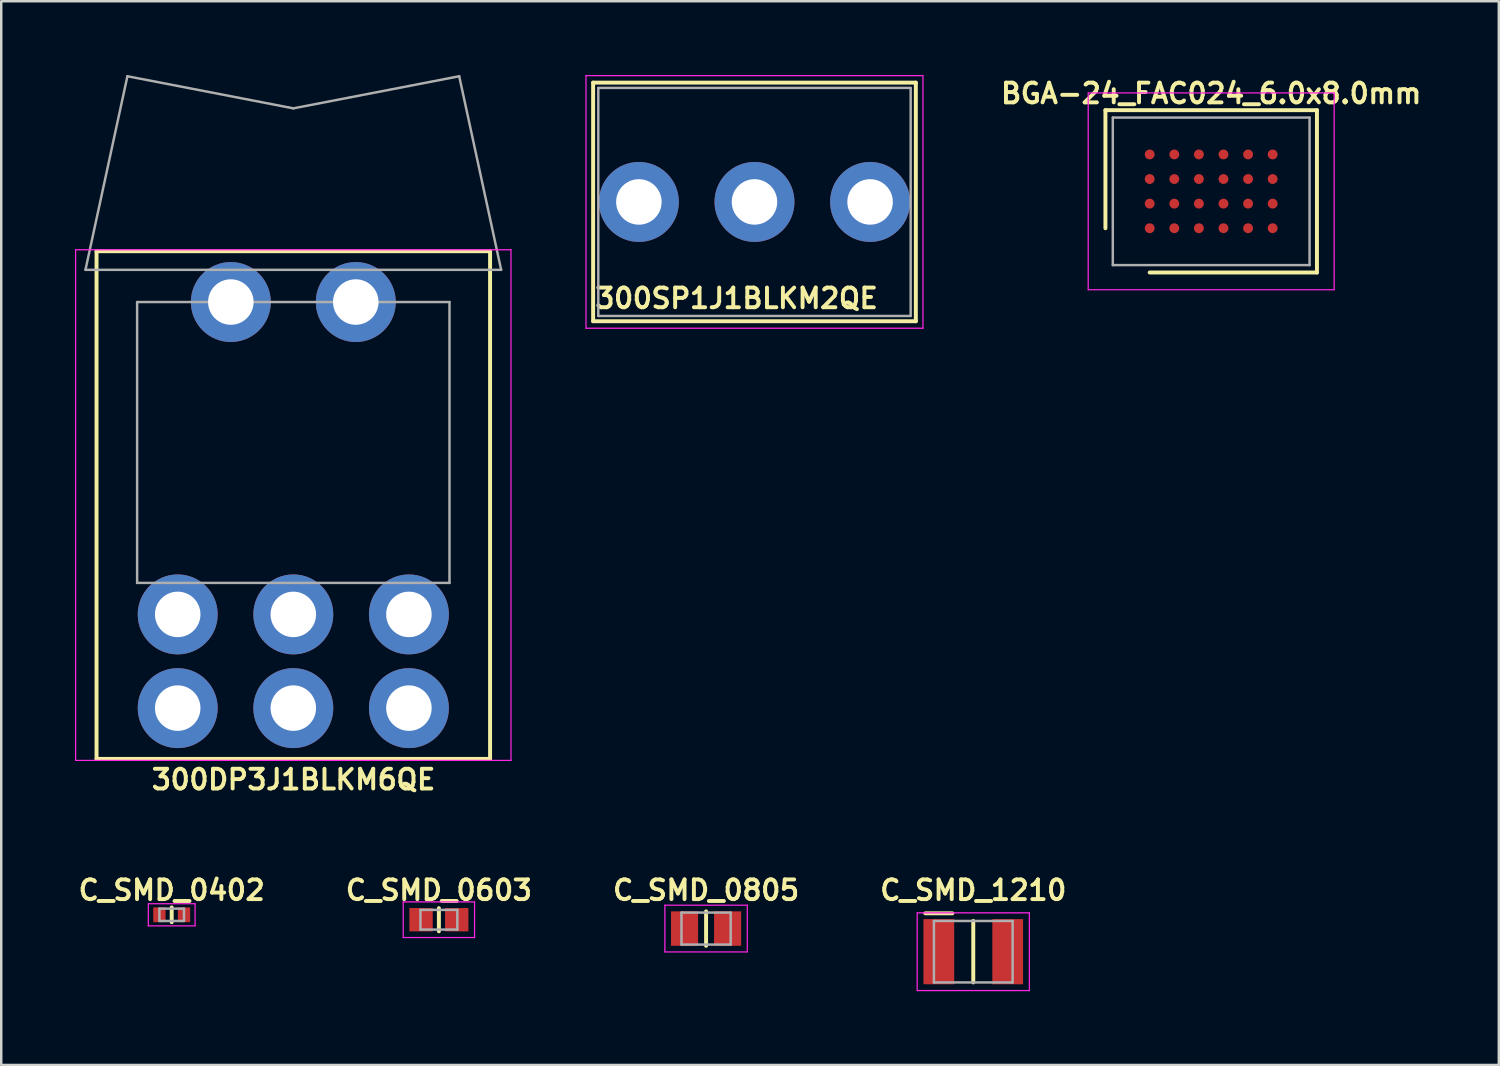
<source format=kicad_pcb>
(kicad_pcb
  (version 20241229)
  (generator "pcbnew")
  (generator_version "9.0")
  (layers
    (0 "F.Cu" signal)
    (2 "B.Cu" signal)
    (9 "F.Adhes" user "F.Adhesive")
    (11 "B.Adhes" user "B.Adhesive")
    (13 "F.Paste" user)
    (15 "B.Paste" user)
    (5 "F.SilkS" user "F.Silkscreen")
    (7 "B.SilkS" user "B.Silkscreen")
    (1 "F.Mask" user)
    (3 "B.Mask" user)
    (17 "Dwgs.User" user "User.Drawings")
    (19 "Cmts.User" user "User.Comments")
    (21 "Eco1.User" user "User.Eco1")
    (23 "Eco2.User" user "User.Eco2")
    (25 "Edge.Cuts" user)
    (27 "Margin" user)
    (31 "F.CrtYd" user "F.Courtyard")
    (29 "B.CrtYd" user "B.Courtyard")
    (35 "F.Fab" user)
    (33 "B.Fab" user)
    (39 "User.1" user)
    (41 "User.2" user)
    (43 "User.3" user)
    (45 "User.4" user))
  (footprint "C_SMD_0805"
    (layer "F.Cu")
    (at 25.657 34.703)
    (property "Reference" "C_SMD_0805" (at 0 -1.56 0) (layer "F.SilkS") (effects (font (size 0.8 0.8) (thickness 0.16))))
    (attr through_hole)
    (fp_line (start 0 -0.7) (end 0 0.7) (stroke (width 0.16) (type solid)) (layer "F.SilkS"))
    (fp_line (start -1.675 0.95) (end -1.675 -0.95) (stroke (width 0.05) (type solid)) (layer "F.CrtYd"))
    (fp_line (start -1.675 0.95) (end 1.675 0.95) (stroke (width 0.05) (type solid)) (layer "F.CrtYd"))
    (fp_line (start 1.675 -0.95) (end -1.675 -0.95) (stroke (width 0.05) (type solid)) (layer "F.CrtYd"))
    (fp_line (start 1.675 -0.95) (end 1.675 0.95) (stroke (width 0.05) (type solid)) (layer "F.CrtYd"))
    (fp_line (start -1 -0.65) (end -1 0.65) (stroke (width 0.1) (type solid)) (layer "F.Fab"))
    (fp_line (start -1 0.65) (end 1 0.65) (stroke (width 0.1) (type solid)) (layer "F.Fab"))
    (fp_line (start 1 -0.65) (end -1 -0.65) (stroke (width 0.1) (type solid)) (layer "F.Fab"))
    (fp_line (start 1 0.65) (end 1 -0.65) (stroke (width 0.1) (type solid)) (layer "F.Fab"))
    (pad "1" smd rect (at -0.875 0) (size 1.1 1.4) (layers "F.Cu" "F.Mask" "F.Paste"))
    (pad "2" smd rect (at 0.875 0) (size 1.1 1.4) (layers "F.Cu" "F.Mask" "F.Paste")))
  (footprint "C_SMD_1210"
    (layer "F.Cu")
    (at 36.52 35.643)
    (property "Reference" "C_SMD_1210" (at 0 -2.5 0) (layer "F.SilkS") (effects (font (size 0.8 0.8) (thickness 0.16))))
    (attr smd)
    (fp_line (start -0.85 -1.56) (end -1.95 -1.56) (stroke (width 0.16) (type solid)) (layer "F.SilkS"))
    (fp_line (start 0 1.25) (end 0 -1.25) (stroke (width 0.16) (type solid)) (layer "F.SilkS"))
    (fp_line (start -2.28 -1.58) (end 2.28 -1.58) (stroke (width 0.05) (type solid)) (layer "F.CrtYd"))
    (fp_line (start -2.28 1.58) (end -2.28 -1.58) (stroke (width 0.05) (type solid)) (layer "F.CrtYd"))
    (fp_line (start 2.28 -1.58) (end 2.28 1.58) (stroke (width 0.05) (type solid)) (layer "F.CrtYd"))
    (fp_line (start 2.28 1.58) (end -2.28 1.58) (stroke (width 0.05) (type solid)) (layer "F.CrtYd"))
    (fp_line (start -1.6 -1.25) (end 1.6 -1.25) (stroke (width 0.1) (type solid)) (layer "F.Fab"))
    (fp_line (start -1.6 1.25) (end -1.6 -1.25) (stroke (width 0.1) (type solid)) (layer "F.Fab"))
    (fp_line (start 1.6 -1.25) (end 1.6 1.25) (stroke (width 0.1) (type solid)) (layer "F.Fab"))
    (fp_line (start 1.6 1.25) (end -1.6 1.25) (stroke (width 0.1) (type solid)) (layer "F.Fab"))
    (pad "1" smd rect (at -1.4 0) (size 1.25 2.65) (layers "F.Cu" "F.Mask" "F.Paste"))
    (pad "2" smd rect (at 1.4 0) (size 1.25 2.65) (layers "F.Cu" "F.Mask" "F.Paste")))
  (footprint "300SP1J1BLKM2QE"
    (layer "F.Cu")
    (at 27.625 5.16)
    (property "Reference" "300SP1J1BLKM2QE" (at -0.73 3.92 0) (layer "F.SilkS") (effects (font (size 0.8 0.8) (thickness 0.16))))
    (attr through_hole)
    (fp_line (start -6.56 4.85) (end -6.56 -4.85) (stroke (width 0.16) (type solid)) (layer "F.SilkS"))
    (fp_line (start -6.56 4.85) (end 6.56 4.85) (stroke (width 0.16) (type solid)) (layer "F.SilkS"))
    (fp_line (start 6.56 -4.85) (end -6.56 -4.85) (stroke (width 0.16) (type solid)) (layer "F.SilkS"))
    (fp_line (start 6.56 -4.85) (end 6.56 4.85) (stroke (width 0.16) (type solid)) (layer "F.SilkS"))
    (fp_line (start -6.85 -5.135) (end -6.85 5.135) (stroke (width 0.05) (type solid)) (layer "F.CrtYd"))
    (fp_line (start -6.85 -5.135) (end 6.85 -5.135) (stroke (width 0.05) (type solid)) (layer "F.CrtYd"))
    (fp_line (start 6.85 5.135) (end -6.85 5.135) (stroke (width 0.05) (type solid)) (layer "F.CrtYd"))
    (fp_line (start 6.85 5.135) (end 6.85 -5.135) (stroke (width 0.05) (type solid)) (layer "F.CrtYd"))
    (fp_line (start -6.35 -4.635) (end 6.35 -4.635) (stroke (width 0.1) (type solid)) (layer "F.Fab"))
    (fp_line (start -6.35 4.635) (end -6.35 -4.635) (stroke (width 0.1) (type solid)) (layer "F.Fab"))
    (fp_line (start 6.35 -4.635) (end 6.35 4.635) (stroke (width 0.1) (type solid)) (layer "F.Fab"))
    (fp_line (start 6.35 4.635) (end -6.35 4.635) (stroke (width 0.1) (type solid)) (layer "F.Fab"))
    (pad "1" thru_hole circle (at -4.7 0) (size 3.25 3.25) (drill 1.85) (layers "*.Cu" "*.Mask"))
    (pad "2" thru_hole circle (at 0 0) (size 3.25 3.25) (drill 1.85) (layers "*.Cu" "*.Mask"))
    (pad "3" thru_hole circle (at 4.7 0) (size 3.25 3.25) (drill 1.85) (layers "*.Cu" "*.Mask")))
  (footprint "C_SMD_0402"
    (layer "F.Cu")
    (at 3.931 34.143)
    (property "Reference" "C_SMD_0402" (at 0 -1 0) (layer "F.SilkS") (effects (font (size 0.8 0.8) (thickness 0.16))))
    (attr through_hole)
    (fp_line (start 0 -0.3) (end 0 0.3) (stroke (width 0.16) (type solid)) (layer "F.SilkS"))
    (fp_line (start -0.95 -0.45) (end 0.95 -0.45) (stroke (width 0.05) (type solid)) (layer "F.CrtYd"))
    (fp_line (start -0.95 0.45) (end -0.95 -0.45) (stroke (width 0.05) (type solid)) (layer "F.CrtYd"))
    (fp_line (start -0.95 0.45) (end 0.95 0.45) (stroke (width 0.05) (type solid)) (layer "F.CrtYd"))
    (fp_line (start 0.95 0.45) (end 0.95 -0.45) (stroke (width 0.05) (type solid)) (layer "F.CrtYd"))
    (fp_line (start -0.5 -0.25) (end 0.5 -0.25) (stroke (width 0.1) (type solid)) (layer "F.Fab"))
    (fp_line (start -0.5 0.25) (end -0.5 -0.25) (stroke (width 0.1) (type solid)) (layer "F.Fab"))
    (fp_line (start -0.5 0.25) (end 0.5 0.25) (stroke (width 0.1) (type solid)) (layer "F.Fab"))
    (fp_line (start 0.5 0.25) (end 0.5 -0.25) (stroke (width 0.1) (type solid)) (layer "F.Fab"))
    (pad "1" smd rect (at -0.5 0) (size 0.5 0.6) (layers "F.Cu" "F.Mask" "F.Paste"))
    (pad "2" smd rect (at 0.5 0) (size 0.5 0.6) (layers "F.Cu" "F.Mask" "F.Paste")))
  (footprint "C_SMD_0603"
    (layer "F.Cu")
    (at 14.794 34.343)
    (property "Reference" "C_SMD_0603" (at 0 -1.2 0) (layer "F.SilkS") (effects (font (size 0.8 0.8) (thickness 0.16))))
    (attr through_hole)
    (fp_line (start 0 -0.47) (end 0 0.47) (stroke (width 0.16) (type solid)) (layer "F.SilkS"))
    (fp_line (start -1.45 -0.725) (end -1.45 0.725) (stroke (width 0.05) (type solid)) (layer "F.CrtYd"))
    (fp_line (start -1.45 -0.725) (end 1.45 -0.725) (stroke (width 0.05) (type solid)) (layer "F.CrtYd"))
    (fp_line (start 1.45 0.725) (end -1.45 0.725) (stroke (width 0.05) (type solid)) (layer "F.CrtYd"))
    (fp_line (start 1.45 0.725) (end 1.45 -0.725) (stroke (width 0.05) (type solid)) (layer "F.CrtYd"))
    (fp_line (start -0.75 -0.4) (end -0.75 0.4) (stroke (width 0.1) (type solid)) (layer "F.Fab"))
    (fp_line (start -0.75 0.4) (end 0.75 0.4) (stroke (width 0.1) (type solid)) (layer "F.Fab"))
    (fp_line (start 0.75 -0.4) (end -0.75 -0.4) (stroke (width 0.1) (type solid)) (layer "F.Fab"))
    (fp_line (start 0.75 0.4) (end 0.75 -0.4) (stroke (width 0.1) (type solid)) (layer "F.Fab"))
    (pad "1" smd rect (at -0.725 0) (size 0.95 0.95) (layers "F.Cu" "F.Mask" "F.Paste"))
    (pad "2" smd rect (at 0.725 0) (size 0.95 0.95) (layers "F.Cu" "F.Mask" "F.Paste")))
  (footprint "BGA-24_FAC024_6.0x8.0mm"
    (layer "F.Cu")
    (at 46.193 4.729)
    (property "Reference" "BGA-24_FAC024_6.0x8.0mm" (at 0 -3.98 0) (layer "F.SilkS") (effects (font (size 0.8 0.8) (thickness 0.16))))
    (attr through_hole)
    (fp_line (start -4.3 -3.3) (end -4.3 1.5) (stroke (width 0.16) (type solid)) (layer "F.SilkS"))
    (fp_line (start -2.5 3.3) (end 4.3 3.3) (stroke (width 0.16) (type solid)) (layer "F.SilkS"))
    (fp_line (start 4.3 -3.3) (end -4.3 -3.3) (stroke (width 0.16) (type solid)) (layer "F.SilkS"))
    (fp_line (start 4.3 3.3) (end 4.3 -3.3) (stroke (width 0.16) (type solid)) (layer "F.SilkS"))
    (fp_line (start -5 -4) (end 5 -4) (stroke (width 0.05) (type solid)) (layer "F.CrtYd"))
    (fp_line (start -5 4) (end -5 -4) (stroke (width 0.05) (type solid)) (layer "F.CrtYd"))
    (fp_line (start 5 -4) (end 5 4) (stroke (width 0.05) (type solid)) (layer "F.CrtYd"))
    (fp_line (start 5 4) (end -5 4) (stroke (width 0.05) (type solid)) (layer "F.CrtYd"))
    (fp_line (start -4 -3) (end 4 -3) (stroke (width 0.1) (type solid)) (layer "F.Fab"))
    (fp_line (start -4 3) (end -4 -3) (stroke (width 0.1) (type solid)) (layer "F.Fab"))
    (fp_line (start 4 -3) (end 4 3) (stroke (width 0.1) (type solid)) (layer "F.Fab"))
    (fp_line (start 4 3) (end -4 3) (stroke (width 0.1) (type solid)) (layer "F.Fab"))
    (pad "A1" smd circle (at -2.5 1.5 180) (size 0.4 0.4) (layers "F.Cu" "F.Mask" "F.Paste"))
    (pad "A2" smd circle (at -2.5 0.5 180) (size 0.4 0.4) (layers "F.Cu" "F.Mask" "F.Paste"))
    (pad "A3" smd circle (at -2.5 -0.5 180) (size 0.4 0.4) (layers "F.Cu" "F.Mask" "F.Paste"))
    (pad "A4" smd circle (at -2.5 -1.5 180) (size 0.4 0.4) (layers "F.Cu" "F.Mask" "F.Paste"))
    (pad "B1" smd circle (at -1.5 1.5 180) (size 0.4 0.4) (layers "F.Cu" "F.Mask" "F.Paste"))
    (pad "B2" smd circle (at -1.5 0.5 180) (size 0.4 0.4) (layers "F.Cu" "F.Mask" "F.Paste"))
    (pad "B3" smd circle (at -1.5 -0.5 180) (size 0.4 0.4) (layers "F.Cu" "F.Mask" "F.Paste"))
    (pad "B4" smd circle (at -1.5 -1.5 180) (size 0.4 0.4) (layers "F.Cu" "F.Mask" "F.Paste"))
    (pad "C1" smd circle (at -0.5 1.5 180) (size 0.4 0.4) (layers "F.Cu" "F.Mask" "F.Paste"))
    (pad "C2" smd circle (at -0.5 0.5 180) (size 0.4 0.4) (layers "F.Cu" "F.Mask" "F.Paste"))
    (pad "C3" smd circle (at -0.5 -0.5 180) (size 0.4 0.4) (layers "F.Cu" "F.Mask" "F.Paste"))
    (pad "C4" smd circle (at -0.5 -1.5 180) (size 0.4 0.4) (layers "F.Cu" "F.Mask" "F.Paste"))
    (pad "D1" smd circle (at 0.5 1.5 180) (size 0.4 0.4) (layers "F.Cu" "F.Mask" "F.Paste"))
    (pad "D2" smd circle (at 0.5 0.5 180) (size 0.4 0.4) (layers "F.Cu" "F.Mask" "F.Paste"))
    (pad "D3" smd circle (at 0.5 -0.5 180) (size 0.4 0.4) (layers "F.Cu" "F.Mask" "F.Paste"))
    (pad "D4" smd circle (at 0.5 -1.5 180) (size 0.4 0.4) (layers "F.Cu" "F.Mask" "F.Paste"))
    (pad "E1" smd circle (at 1.5 1.5 180) (size 0.4 0.4) (layers "F.Cu" "F.Mask" "F.Paste"))
    (pad "E2" smd circle (at 1.5 0.5 180) (size 0.4 0.4) (layers "F.Cu" "F.Mask" "F.Paste"))
    (pad "E3" smd circle (at 1.5 -0.5 180) (size 0.4 0.4) (layers "F.Cu" "F.Mask" "F.Paste"))
    (pad "E4" smd circle (at 1.5 -1.5 180) (size 0.4 0.4) (layers "F.Cu" "F.Mask" "F.Paste"))
    (pad "F1" smd circle (at 2.5 1.5 180) (size 0.4 0.4) (layers "F.Cu" "F.Mask" "F.Paste"))
    (pad "F2" smd circle (at 2.5 0.5 180) (size 0.4 0.4) (layers "F.Cu" "F.Mask" "F.Paste"))
    (pad "F3" smd circle (at 2.5 -0.5 180) (size 0.4 0.4) (layers "F.Cu" "F.Mask" "F.Paste"))
    (pad "F4" smd circle (at 2.5 -1.5 180) (size 0.4 0.4) (layers "F.Cu" "F.Mask" "F.Paste")))
  (footprint "300DP3J1BLKM6QE"
    (layer "F.Cu")
    (at 8.875 23.835)
    (property "Reference" "300DP3J1BLKM6QE" (at 0.01 4.81 0) (layer "F.SilkS") (effects (font (size 0.8 0.8) (thickness 0.16))))
    (attr through_hole)
    (fp_line (start -8 -16.67) (end 8 -16.67) (stroke (width 0.16) (type solid)) (layer "F.SilkS"))
    (fp_line (start -8 3.97) (end -8 -16.67) (stroke (width 0.16) (type solid)) (layer "F.SilkS"))
    (fp_line (start -8 3.97) (end 8 3.97) (stroke (width 0.16) (type solid)) (layer "F.SilkS"))
    (fp_line (start 8 3.97) (end 8 -16.67) (stroke (width 0.16) (type solid)) (layer "F.SilkS"))
    (fp_line (start -8.85 -16.73) (end -8.85 4.03) (stroke (width 0.05) (type solid)) (layer "F.CrtYd"))
    (fp_line (start -8.85 -16.73) (end 8.85 -16.73) (stroke (width 0.05) (type solid)) (layer "F.CrtYd"))
    (fp_line (start -8.85 4.03) (end 8.85 4.03) (stroke (width 0.05) (type solid)) (layer "F.CrtYd"))
    (fp_line (start 8.85 4.03) (end 8.85 -16.73) (stroke (width 0.05) (type solid)) (layer "F.CrtYd"))
    (fp_line (start -8.45 -15.915) (end 8.45 -15.915) (stroke (width 0.1) (type solid)) (layer "F.Fab"))
    (fp_line (start -6.745 -23.785) (end -8.45 -15.915) (stroke (width 0.1) (type solid)) (layer "F.Fab"))
    (fp_line (start -6.745 -23.785) (end 0 -22.48) (stroke (width 0.1) (type solid)) (layer "F.Fab"))
    (fp_line (start -6.35 -14.605) (end -6.35 -3.185) (stroke (width 0.1) (type solid)) (layer "F.Fab"))
    (fp_line (start -6.35 -14.605) (end 6.35 -14.605) (stroke (width 0.1) (type solid)) (layer "F.Fab"))
    (fp_line (start -6.35 -3.185) (end 6.35 -3.185) (stroke (width 0.1) (type solid)) (layer "F.Fab"))
    (fp_line (start 0 -22.48) (end 6.745 -23.785) (stroke (width 0.1) (type solid)) (layer "F.Fab"))
    (fp_line (start 6.35 -14.605) (end 6.35 -3.185) (stroke (width 0.1) (type solid)) (layer "F.Fab"))
    (fp_line (start 6.745 -23.785) (end 8.45 -15.915) (stroke (width 0.1) (type solid)) (layer "F.Fab"))
    (pad "1" thru_hole circle (at -4.7 -1.905) (size 3.25 3.25) (drill 1.85) (layers "*.Cu" "*.Mask"))
    (pad "2" thru_hole circle (at 0 -1.905) (size 3.25 3.25) (drill 1.85) (layers "*.Cu" "*.Mask"))
    (pad "3" thru_hole circle (at 4.7 -1.905) (size 3.25 3.25) (drill 1.85) (layers "*.Cu" "*.Mask"))
    (pad "4" thru_hole circle (at -4.7 1.905) (size 3.25 3.25) (drill 1.85) (layers "*.Cu" "*.Mask"))
    (pad "5" thru_hole circle (at 0 1.905) (size 3.25 3.25) (drill 1.85) (layers "*.Cu" "*.Mask"))
    (pad "6" thru_hole circle (at 4.7 1.905) (size 3.25 3.25) (drill 1.85) (layers "*.Cu" "*.Mask"))
    (pad "MT" thru_hole circle (at -2.54 -14.605) (size 3.25 3.25) (drill 1.85) (layers "*.Cu" "*.Mask"))
    (pad "MT" thru_hole circle (at 2.54 -14.605) (size 3.25 3.25) (drill 1.85) (layers "*.Cu" "*.Mask")))
  (gr_rect
    (start -3 -3)
    (end 57.887 40.248)
    (stroke (width 0.1) (type default))
    (fill no)
    (layer "Edge.Cuts")))
</source>
